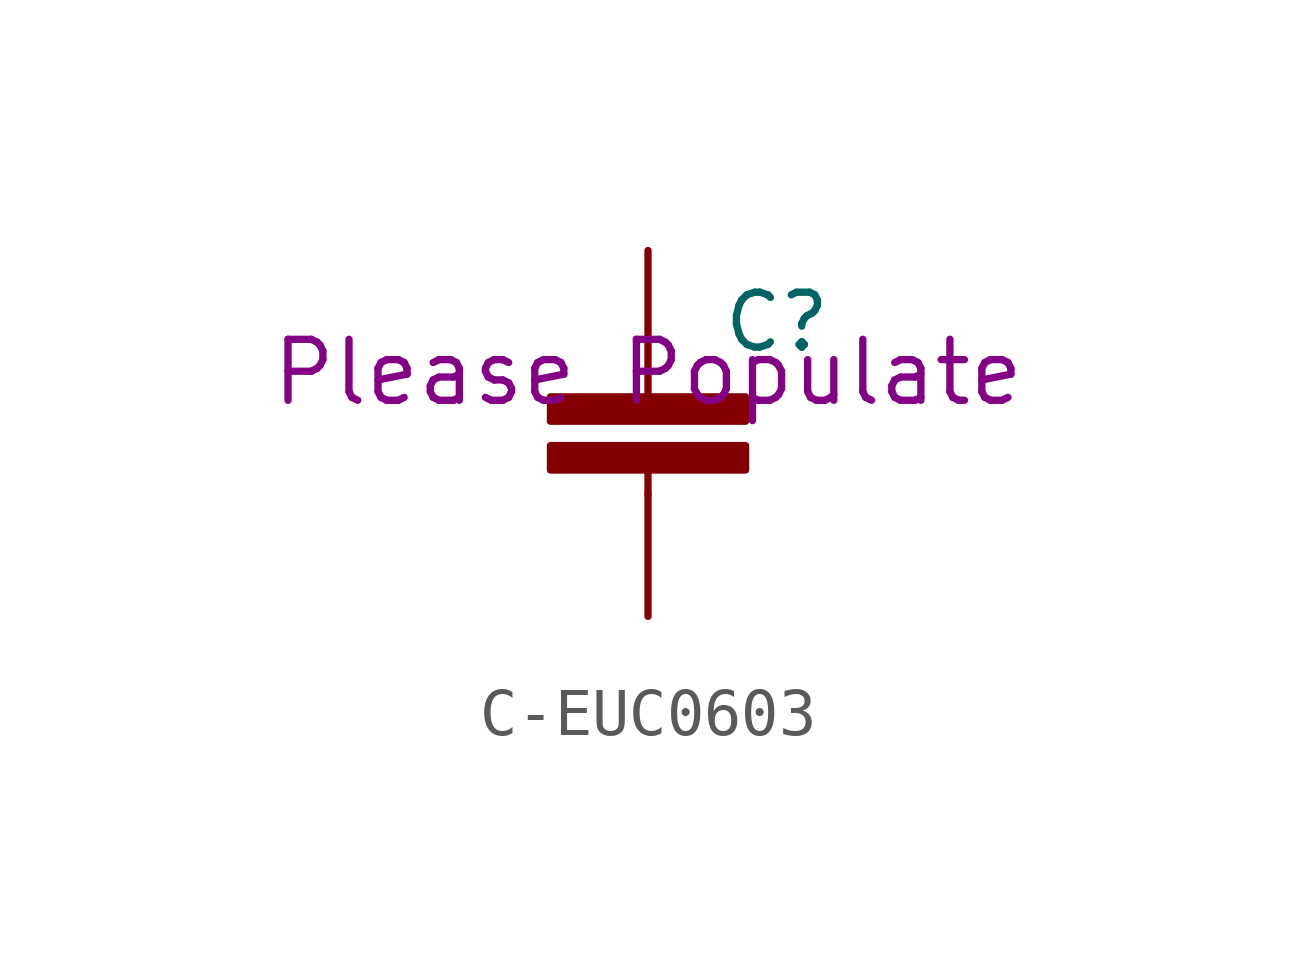
<source format=kicad_sym>
(kicad_symbol_lib
  (version 20231120)
  (generator "kicad_symbol_editor")
  (generator_version "8.0")
  (symbol "C-EUC0603"
    (pin_numbers hide)
    (pin_names
      (offset 1.016) hide)
    (property "Reference" "C"
      (at 1.524 0.381 0)
      (effects (font (size 1.143 1.143)) (justify left bottom)))
    (property "LCSC Part" "Please Populate"
      (at 0 0 0)
      (effects (font (size 1.27 1.27))))
    (symbol "C-EUC0603_1_0"
      (polyline (pts (xy 0 -2.54) (xy 0 -2.032)) (stroke (width 0) (type default)) (fill (type none)))
      (polyline (pts (xy 0 0) (xy 0 -0.508)) (stroke (width 0) (type default)) (fill (type none))))
    (symbol "C-EUC0603_1_1"
      (rectangle (start -2.032 -2.032) (end 2.032 -1.524) (stroke (width 0) (type default)) (fill (type outline)))
      (rectangle (start -2.032 -1.016) (end 2.032 -0.508) (stroke (width 0) (type default)) (fill (type outline)))
      (pin passive line (at 0 2.54 270) (length 2.54) (name "1" (effects (font (size 1.016 1.016)))) (number "1" (effects (font (size 1.016 1.016)))))
      (pin passive line (at 0 -5.08 90) (length 2.54) (name "2" (effects (font (size 1.016 1.016)))) (number "2" (effects (font (size 1.016 1.016))))))))
</source>
